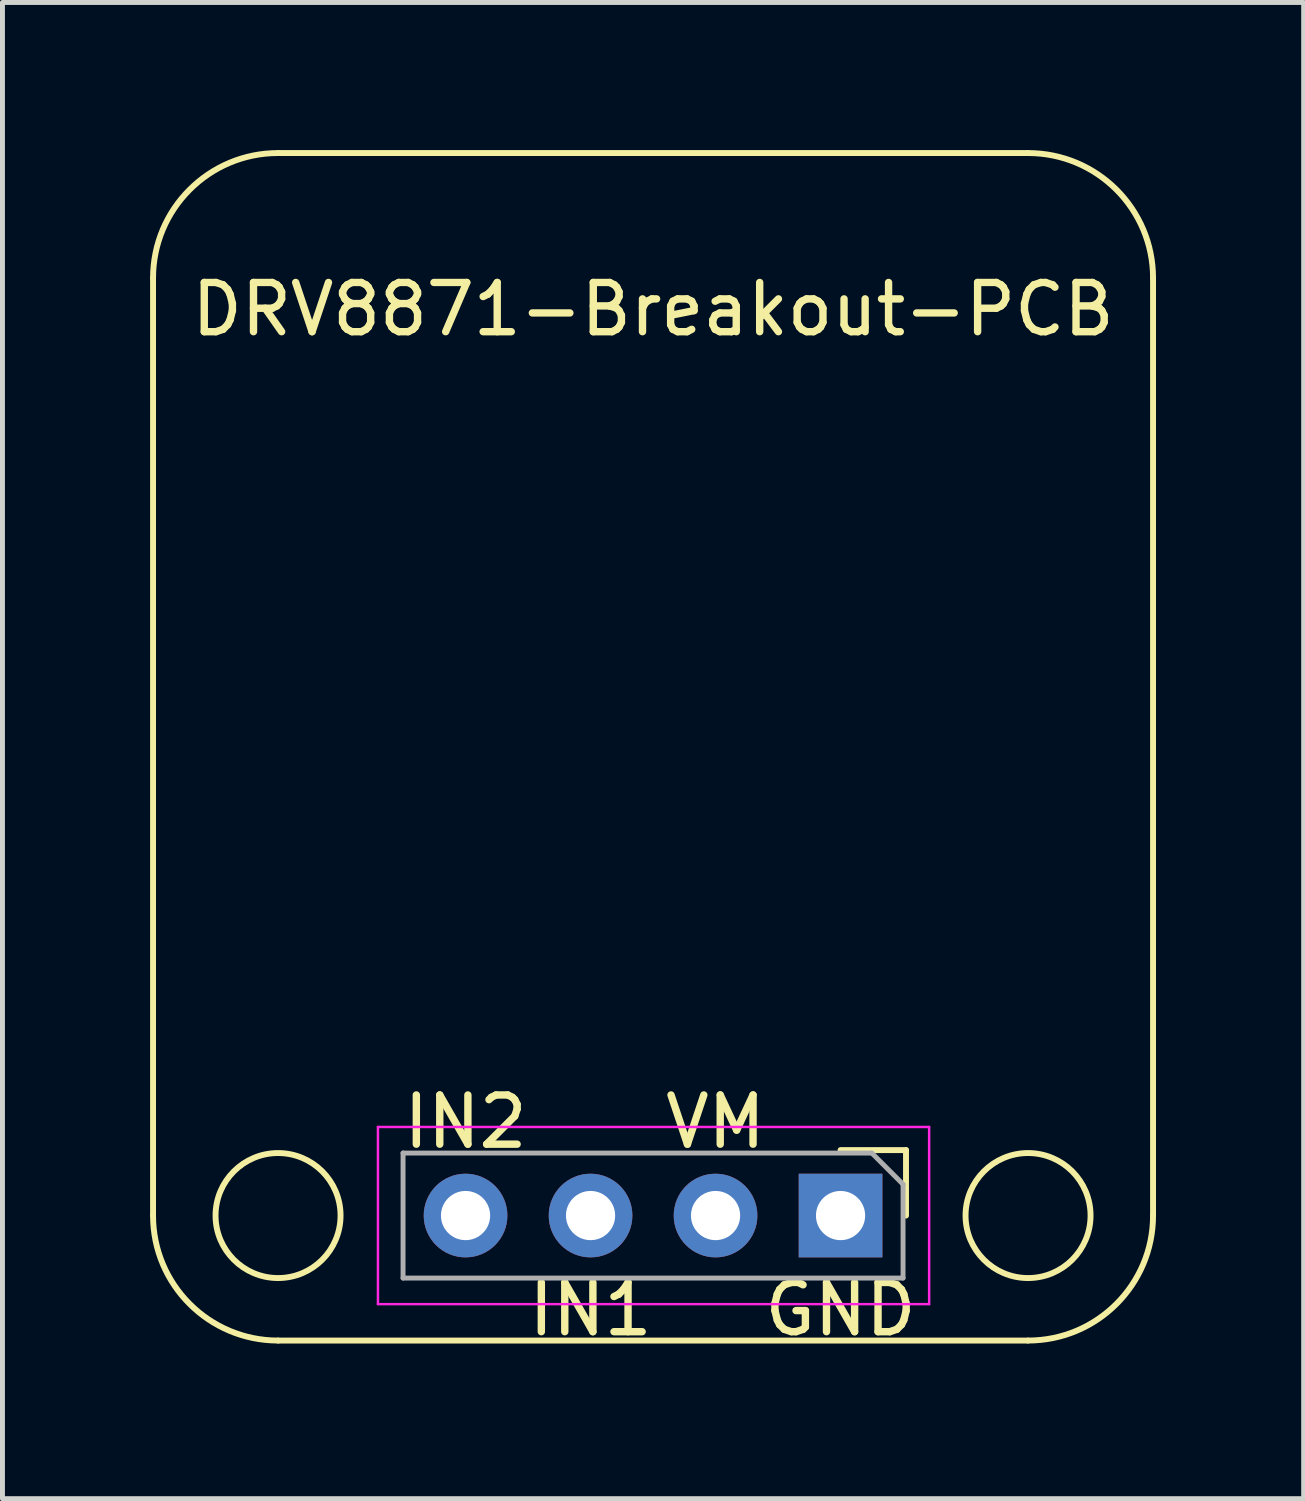
<source format=kicad_pcb>
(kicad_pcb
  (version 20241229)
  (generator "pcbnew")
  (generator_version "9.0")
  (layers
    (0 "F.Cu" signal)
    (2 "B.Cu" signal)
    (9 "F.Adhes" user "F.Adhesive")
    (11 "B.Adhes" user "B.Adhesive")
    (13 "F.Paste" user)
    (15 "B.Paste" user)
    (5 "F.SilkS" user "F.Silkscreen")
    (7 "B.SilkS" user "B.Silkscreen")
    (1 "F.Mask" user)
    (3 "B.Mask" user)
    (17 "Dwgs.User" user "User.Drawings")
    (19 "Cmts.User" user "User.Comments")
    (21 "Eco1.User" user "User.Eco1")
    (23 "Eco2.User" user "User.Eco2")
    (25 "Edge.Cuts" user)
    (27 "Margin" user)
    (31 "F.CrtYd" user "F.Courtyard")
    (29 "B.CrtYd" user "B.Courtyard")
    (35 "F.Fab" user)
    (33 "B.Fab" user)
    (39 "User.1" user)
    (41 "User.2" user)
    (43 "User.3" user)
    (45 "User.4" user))
  (footprint "DRV8871-Breakout-PCB"
    (layer "F.Cu")
    (at 14.03 21.65)
    (property "Reference" "DRV8871-Breakout-PCB" (at -3.81 -18.415 0) (layer "F.SilkS") (effects (font (size 1 1) (thickness 0.15))))
    (attr through_hole)
    (fp_line (start -13.97 0) (end -13.97 -19.05) (stroke (width 0.12) (type solid)) (layer "F.SilkS"))
    (fp_line (start -11.43 -21.59) (end 3.81 -21.59) (stroke (width 0.12) (type solid)) (layer "F.SilkS"))
    (fp_line (start 0 -1.33) (end 1.33 -1.33) (stroke (width 0.12) (type solid)) (layer "F.SilkS"))
    (fp_line (start 1.33 -1.33) (end 1.33 0) (stroke (width 0.12) (type solid)) (layer "F.SilkS"))
    (fp_line (start 3.81 2.54) (end -11.43 2.54) (stroke (width 0.12) (type solid)) (layer "F.SilkS"))
    (fp_line (start 6.35 -19.05) (end 6.35 0) (stroke (width 0.12) (type solid)) (layer "F.SilkS"))
    (fp_arc (start -13.97 -19.05) (mid -13.226051 -20.846051) (end -11.43 -21.59) (stroke (width 0.12) (type solid)) (layer "F.SilkS"))
    (fp_arc (start -11.43 2.54) (mid -13.226051 1.796051) (end -13.97 0) (stroke (width 0.12) (type solid)) (layer "F.SilkS"))
    (fp_arc (start 3.81 -21.59) (mid 5.606051 -20.846051) (end 6.35 -19.05) (stroke (width 0.12) (type solid)) (layer "F.SilkS"))
    (fp_arc (start 6.35 0) (mid 5.606051 1.796051) (end 3.81 2.54) (stroke (width 0.12) (type solid)) (layer "F.SilkS"))
    (fp_circle (center -11.43 0) (end -10.16 0) (stroke (width 0.12) (type solid)) (fill no) (layer "F.SilkS"))
    (fp_circle (center 3.81 0) (end 5.08 0) (stroke (width 0.12) (type solid)) (fill no) (layer "F.SilkS"))
    (fp_line (start -9.4 -1.8) (end -9.4 1.8) (stroke (width 0.05) (type solid)) (layer "F.CrtYd"))
    (fp_line (start -9.4 1.8) (end 1.8 1.8) (stroke (width 0.05) (type solid)) (layer "F.CrtYd"))
    (fp_line (start 1.8 -1.8) (end -9.4 -1.8) (stroke (width 0.05) (type solid)) (layer "F.CrtYd"))
    (fp_line (start 1.8 1.8) (end 1.8 -1.8) (stroke (width 0.05) (type solid)) (layer "F.CrtYd"))
    (fp_line (start -8.89 -1.27) (end 0.635 -1.27) (stroke (width 0.1) (type solid)) (layer "F.Fab"))
    (fp_line (start -8.89 1.27) (end -8.89 -1.27) (stroke (width 0.1) (type solid)) (layer "F.Fab"))
    (fp_line (start 0.635 -1.27) (end 1.27 -0.635) (stroke (width 0.1) (type solid)) (layer "F.Fab"))
    (fp_line (start 1.27 -0.635) (end 1.27 1.27) (stroke (width 0.1) (type solid)) (layer "F.Fab"))
    (fp_line (start 1.27 1.27) (end -8.89 1.27) (stroke (width 0.1) (type solid)) (layer "F.Fab"))
    (fp_text user "VM" (at -2.54 -1.905 0) (layer "F.SilkS") (effects (font (size 1 1) (thickness 0.15))))
    (fp_text user "IN1" (at -5.08 1.905 0) (layer "F.SilkS") (effects (font (size 1 1) (thickness 0.15))))
    (fp_text user "GND" (at 0 1.905 0) (layer "F.SilkS") (effects (font (size 1 1) (thickness 0.15))))
    (fp_text user "IN2" (at -7.62 -1.905 0) (layer "F.SilkS") (effects (font (size 1 1) (thickness 0.15))))
    (pad "1" thru_hole rect (at 0 0 270) (size 1.7 1.7) (drill 1) (layers "*.Cu" "*.Mask"))
    (pad "2" thru_hole oval (at -2.54 0 270) (size 1.7 1.7) (drill 1) (layers "*.Cu" "*.Mask"))
    (pad "3" thru_hole oval (at -5.08 0 270) (size 1.7 1.7) (drill 1) (layers "*.Cu" "*.Mask"))
    (pad "4" thru_hole oval (at -7.62 0 270) (size 1.7 1.7) (drill 1) (layers "*.Cu" "*.Mask")))
  (gr_rect
    (start -3 -3)
    (end 23.44 27.403)
    (stroke (width 0.1) (type default))
    (fill no)
    (layer "Edge.Cuts")))
</source>
